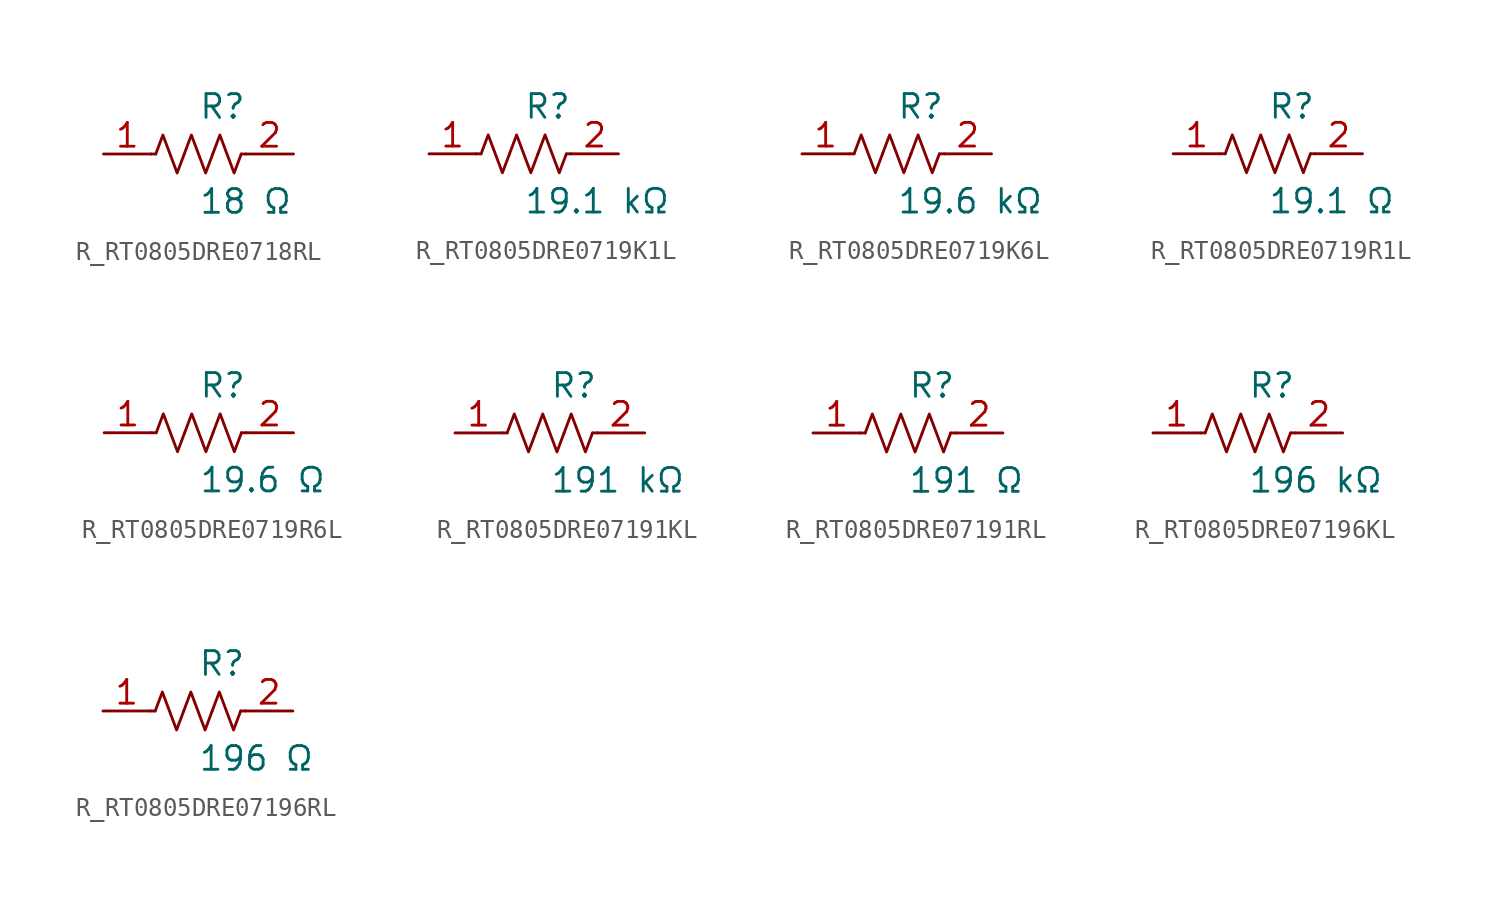
<source format=kicad_sym>
(kicad_symbol_lib
  (version 20231120)
  (generator kicad_symbol_editor)
  (generator_version 8.0)
  (symbol "R_RT0805DRE0718RL"
    (pin_names
      (offset 0.254))
    (property "Reference" "R"
      (at 0 2.54 0)
      (effects (font (size 1.27 1.27)) (justify left)))
    (property "Value" "18 Ω"
      (at 0 -2.54 0)
      (effects (font (size 1.27 1.27)) (justify left)))
    (symbol "R_RT0805DRE0718RL_0_1"
      (polyline (pts (xy 2.286 0) (xy 2.54 0)) (stroke (width 0) (type default)) (fill (type none)))
      (polyline (pts (xy -2.286 0) (xy -2.54 0)) (stroke (width 0) (type default)) (fill (type none)))
      (polyline (pts (xy 0.762 0) (xy 1.143 1.016) (xy 1.524 0) (xy 1.905 -1.016) (xy 2.286 0)) (stroke (width 0) (type default)) (fill (type none)))
      (polyline (pts (xy -0.762 0) (xy -0.381 1.016) (xy 0 0) (xy 0.381 -1.016) (xy 0.762 0)) (stroke (width 0) (type default)) (fill (type none)))
      (polyline (pts (xy -2.286 0) (xy -1.905 1.016) (xy -1.524 0) (xy -1.143 -1.016) (xy -0.762 0)) (stroke (width 0) (type default)) (fill (type none))))
    (pin passive line
      (at -5.08 0 0)
      (length 2.54)
      (name "" (effects (font (size 1.27 1.27))))
      (number "1" (effects (font (size 1.27 1.27)))))
    (pin passive line
      (at 5.08 0 180)
      (length 2.54)
      (name "" (effects (font (size 1.27 1.27))))
      (number "2" (effects (font (size 1.27 1.27))))))
  (symbol "R_RT0805DRE0719K1L"
    (pin_names
      (offset 0.254))
    (property "Reference" "R"
      (at 0 2.54 0)
      (effects (font (size 1.27 1.27)) (justify left)))
    (property "Value" "19.1 kΩ"
      (at 0 -2.54 0)
      (effects (font (size 1.27 1.27)) (justify left)))
    (symbol "R_RT0805DRE0719K1L_0_1"
      (polyline (pts (xy 2.286 0) (xy 2.54 0)) (stroke (width 0) (type default)) (fill (type none)))
      (polyline (pts (xy -2.286 0) (xy -2.54 0)) (stroke (width 0) (type default)) (fill (type none)))
      (polyline (pts (xy 0.762 0) (xy 1.143 1.016) (xy 1.524 0) (xy 1.905 -1.016) (xy 2.286 0)) (stroke (width 0) (type default)) (fill (type none)))
      (polyline (pts (xy -0.762 0) (xy -0.381 1.016) (xy 0 0) (xy 0.381 -1.016) (xy 0.762 0)) (stroke (width 0) (type default)) (fill (type none)))
      (polyline (pts (xy -2.286 0) (xy -1.905 1.016) (xy -1.524 0) (xy -1.143 -1.016) (xy -0.762 0)) (stroke (width 0) (type default)) (fill (type none))))
    (pin passive line
      (at -5.08 0 0)
      (length 2.54)
      (name "" (effects (font (size 1.27 1.27))))
      (number "1" (effects (font (size 1.27 1.27)))))
    (pin passive line
      (at 5.08 0 180)
      (length 2.54)
      (name "" (effects (font (size 1.27 1.27))))
      (number "2" (effects (font (size 1.27 1.27))))))
  (symbol "R_RT0805DRE0719K6L"
    (pin_names
      (offset 0.254))
    (property "Reference" "R"
      (at 0 2.54 0)
      (effects (font (size 1.27 1.27)) (justify left)))
    (property "Value" "19.6 kΩ"
      (at 0 -2.54 0)
      (effects (font (size 1.27 1.27)) (justify left)))
    (symbol "R_RT0805DRE0719K6L_0_1"
      (polyline (pts (xy 2.286 0) (xy 2.54 0)) (stroke (width 0) (type default)) (fill (type none)))
      (polyline (pts (xy -2.286 0) (xy -2.54 0)) (stroke (width 0) (type default)) (fill (type none)))
      (polyline (pts (xy 0.762 0) (xy 1.143 1.016) (xy 1.524 0) (xy 1.905 -1.016) (xy 2.286 0)) (stroke (width 0) (type default)) (fill (type none)))
      (polyline (pts (xy -0.762 0) (xy -0.381 1.016) (xy 0 0) (xy 0.381 -1.016) (xy 0.762 0)) (stroke (width 0) (type default)) (fill (type none)))
      (polyline (pts (xy -2.286 0) (xy -1.905 1.016) (xy -1.524 0) (xy -1.143 -1.016) (xy -0.762 0)) (stroke (width 0) (type default)) (fill (type none))))
    (pin passive line
      (at -5.08 0 0)
      (length 2.54)
      (name "" (effects (font (size 1.27 1.27))))
      (number "1" (effects (font (size 1.27 1.27)))))
    (pin passive line
      (at 5.08 0 180)
      (length 2.54)
      (name "" (effects (font (size 1.27 1.27))))
      (number "2" (effects (font (size 1.27 1.27))))))
  (symbol "R_RT0805DRE0719R1L"
    (pin_names
      (offset 0.254))
    (property "Reference" "R"
      (at 0 2.54 0)
      (effects (font (size 1.27 1.27)) (justify left)))
    (property "Value" "19.1 Ω"
      (at 0 -2.54 0)
      (effects (font (size 1.27 1.27)) (justify left)))
    (symbol "R_RT0805DRE0719R1L_0_1"
      (polyline (pts (xy 2.286 0) (xy 2.54 0)) (stroke (width 0) (type default)) (fill (type none)))
      (polyline (pts (xy -2.286 0) (xy -2.54 0)) (stroke (width 0) (type default)) (fill (type none)))
      (polyline (pts (xy 0.762 0) (xy 1.143 1.016) (xy 1.524 0) (xy 1.905 -1.016) (xy 2.286 0)) (stroke (width 0) (type default)) (fill (type none)))
      (polyline (pts (xy -0.762 0) (xy -0.381 1.016) (xy 0 0) (xy 0.381 -1.016) (xy 0.762 0)) (stroke (width 0) (type default)) (fill (type none)))
      (polyline (pts (xy -2.286 0) (xy -1.905 1.016) (xy -1.524 0) (xy -1.143 -1.016) (xy -0.762 0)) (stroke (width 0) (type default)) (fill (type none))))
    (pin passive line
      (at -5.08 0 0)
      (length 2.54)
      (name "" (effects (font (size 1.27 1.27))))
      (number "1" (effects (font (size 1.27 1.27)))))
    (pin passive line
      (at 5.08 0 180)
      (length 2.54)
      (name "" (effects (font (size 1.27 1.27))))
      (number "2" (effects (font (size 1.27 1.27))))))
  (symbol "R_RT0805DRE0719R6L"
    (pin_names
      (offset 0.254))
    (property "Reference" "R"
      (at 0 2.54 0)
      (effects (font (size 1.27 1.27)) (justify left)))
    (property "Value" "19.6 Ω"
      (at 0 -2.54 0)
      (effects (font (size 1.27 1.27)) (justify left)))
    (symbol "R_RT0805DRE0719R6L_0_1"
      (polyline (pts (xy 2.286 0) (xy 2.54 0)) (stroke (width 0) (type default)) (fill (type none)))
      (polyline (pts (xy -2.286 0) (xy -2.54 0)) (stroke (width 0) (type default)) (fill (type none)))
      (polyline (pts (xy 0.762 0) (xy 1.143 1.016) (xy 1.524 0) (xy 1.905 -1.016) (xy 2.286 0)) (stroke (width 0) (type default)) (fill (type none)))
      (polyline (pts (xy -0.762 0) (xy -0.381 1.016) (xy 0 0) (xy 0.381 -1.016) (xy 0.762 0)) (stroke (width 0) (type default)) (fill (type none)))
      (polyline (pts (xy -2.286 0) (xy -1.905 1.016) (xy -1.524 0) (xy -1.143 -1.016) (xy -0.762 0)) (stroke (width 0) (type default)) (fill (type none))))
    (pin passive line
      (at -5.08 0 0)
      (length 2.54)
      (name "" (effects (font (size 1.27 1.27))))
      (number "1" (effects (font (size 1.27 1.27)))))
    (pin passive line
      (at 5.08 0 180)
      (length 2.54)
      (name "" (effects (font (size 1.27 1.27))))
      (number "2" (effects (font (size 1.27 1.27))))))
  (symbol "R_RT0805DRE07191KL"
    (pin_names
      (offset 0.254))
    (property "Reference" "R"
      (at 0 2.54 0)
      (effects (font (size 1.27 1.27)) (justify left)))
    (property "Value" "191 kΩ"
      (at 0 -2.54 0)
      (effects (font (size 1.27 1.27)) (justify left)))
    (symbol "R_RT0805DRE07191KL_0_1"
      (polyline (pts (xy 2.286 0) (xy 2.54 0)) (stroke (width 0) (type default)) (fill (type none)))
      (polyline (pts (xy -2.286 0) (xy -2.54 0)) (stroke (width 0) (type default)) (fill (type none)))
      (polyline (pts (xy 0.762 0) (xy 1.143 1.016) (xy 1.524 0) (xy 1.905 -1.016) (xy 2.286 0)) (stroke (width 0) (type default)) (fill (type none)))
      (polyline (pts (xy -0.762 0) (xy -0.381 1.016) (xy 0 0) (xy 0.381 -1.016) (xy 0.762 0)) (stroke (width 0) (type default)) (fill (type none)))
      (polyline (pts (xy -2.286 0) (xy -1.905 1.016) (xy -1.524 0) (xy -1.143 -1.016) (xy -0.762 0)) (stroke (width 0) (type default)) (fill (type none))))
    (pin passive line
      (at -5.08 0 0)
      (length 2.54)
      (name "" (effects (font (size 1.27 1.27))))
      (number "1" (effects (font (size 1.27 1.27)))))
    (pin passive line
      (at 5.08 0 180)
      (length 2.54)
      (name "" (effects (font (size 1.27 1.27))))
      (number "2" (effects (font (size 1.27 1.27))))))
  (symbol "R_RT0805DRE07191RL"
    (pin_names
      (offset 0.254))
    (property "Reference" "R"
      (at 0 2.54 0)
      (effects (font (size 1.27 1.27)) (justify left)))
    (property "Value" "191 Ω"
      (at 0 -2.54 0)
      (effects (font (size 1.27 1.27)) (justify left)))
    (symbol "R_RT0805DRE07191RL_0_1"
      (polyline (pts (xy 2.286 0) (xy 2.54 0)) (stroke (width 0) (type default)) (fill (type none)))
      (polyline (pts (xy -2.286 0) (xy -2.54 0)) (stroke (width 0) (type default)) (fill (type none)))
      (polyline (pts (xy 0.762 0) (xy 1.143 1.016) (xy 1.524 0) (xy 1.905 -1.016) (xy 2.286 0)) (stroke (width 0) (type default)) (fill (type none)))
      (polyline (pts (xy -0.762 0) (xy -0.381 1.016) (xy 0 0) (xy 0.381 -1.016) (xy 0.762 0)) (stroke (width 0) (type default)) (fill (type none)))
      (polyline (pts (xy -2.286 0) (xy -1.905 1.016) (xy -1.524 0) (xy -1.143 -1.016) (xy -0.762 0)) (stroke (width 0) (type default)) (fill (type none))))
    (pin passive line
      (at -5.08 0 0)
      (length 2.54)
      (name "" (effects (font (size 1.27 1.27))))
      (number "1" (effects (font (size 1.27 1.27)))))
    (pin passive line
      (at 5.08 0 180)
      (length 2.54)
      (name "" (effects (font (size 1.27 1.27))))
      (number "2" (effects (font (size 1.27 1.27))))))
  (symbol "R_RT0805DRE07196KL"
    (pin_names
      (offset 0.254))
    (property "Reference" "R"
      (at 0 2.54 0)
      (effects (font (size 1.27 1.27)) (justify left)))
    (property "Value" "196 kΩ"
      (at 0 -2.54 0)
      (effects (font (size 1.27 1.27)) (justify left)))
    (symbol "R_RT0805DRE07196KL_0_1"
      (polyline (pts (xy 2.286 0) (xy 2.54 0)) (stroke (width 0) (type default)) (fill (type none)))
      (polyline (pts (xy -2.286 0) (xy -2.54 0)) (stroke (width 0) (type default)) (fill (type none)))
      (polyline (pts (xy 0.762 0) (xy 1.143 1.016) (xy 1.524 0) (xy 1.905 -1.016) (xy 2.286 0)) (stroke (width 0) (type default)) (fill (type none)))
      (polyline (pts (xy -0.762 0) (xy -0.381 1.016) (xy 0 0) (xy 0.381 -1.016) (xy 0.762 0)) (stroke (width 0) (type default)) (fill (type none)))
      (polyline (pts (xy -2.286 0) (xy -1.905 1.016) (xy -1.524 0) (xy -1.143 -1.016) (xy -0.762 0)) (stroke (width 0) (type default)) (fill (type none))))
    (pin passive line
      (at -5.08 0 0)
      (length 2.54)
      (name "" (effects (font (size 1.27 1.27))))
      (number "1" (effects (font (size 1.27 1.27)))))
    (pin passive line
      (at 5.08 0 180)
      (length 2.54)
      (name "" (effects (font (size 1.27 1.27))))
      (number "2" (effects (font (size 1.27 1.27))))))
  (symbol "R_RT0805DRE07196RL"
    (pin_names
      (offset 0.254))
    (property "Reference" "R"
      (at 0 2.54 0)
      (effects (font (size 1.27 1.27)) (justify left)))
    (property "Value" "196 Ω"
      (at 0 -2.54 0)
      (effects (font (size 1.27 1.27)) (justify left)))
    (symbol "R_RT0805DRE07196RL_0_1"
      (polyline (pts (xy 2.286 0) (xy 2.54 0)) (stroke (width 0) (type default)) (fill (type none)))
      (polyline (pts (xy -2.286 0) (xy -2.54 0)) (stroke (width 0) (type default)) (fill (type none)))
      (polyline (pts (xy 0.762 0) (xy 1.143 1.016) (xy 1.524 0) (xy 1.905 -1.016) (xy 2.286 0)) (stroke (width 0) (type default)) (fill (type none)))
      (polyline (pts (xy -0.762 0) (xy -0.381 1.016) (xy 0 0) (xy 0.381 -1.016) (xy 0.762 0)) (stroke (width 0) (type default)) (fill (type none)))
      (polyline (pts (xy -2.286 0) (xy -1.905 1.016) (xy -1.524 0) (xy -1.143 -1.016) (xy -0.762 0)) (stroke (width 0) (type default)) (fill (type none))))
    (pin passive line
      (at -5.08 0 0)
      (length 2.54)
      (name "" (effects (font (size 1.27 1.27))))
      (number "1" (effects (font (size 1.27 1.27)))))
    (pin passive line
      (at 5.08 0 180)
      (length 2.54)
      (name "" (effects (font (size 1.27 1.27))))
      (number "2" (effects (font (size 1.27 1.27)))))))
</source>
